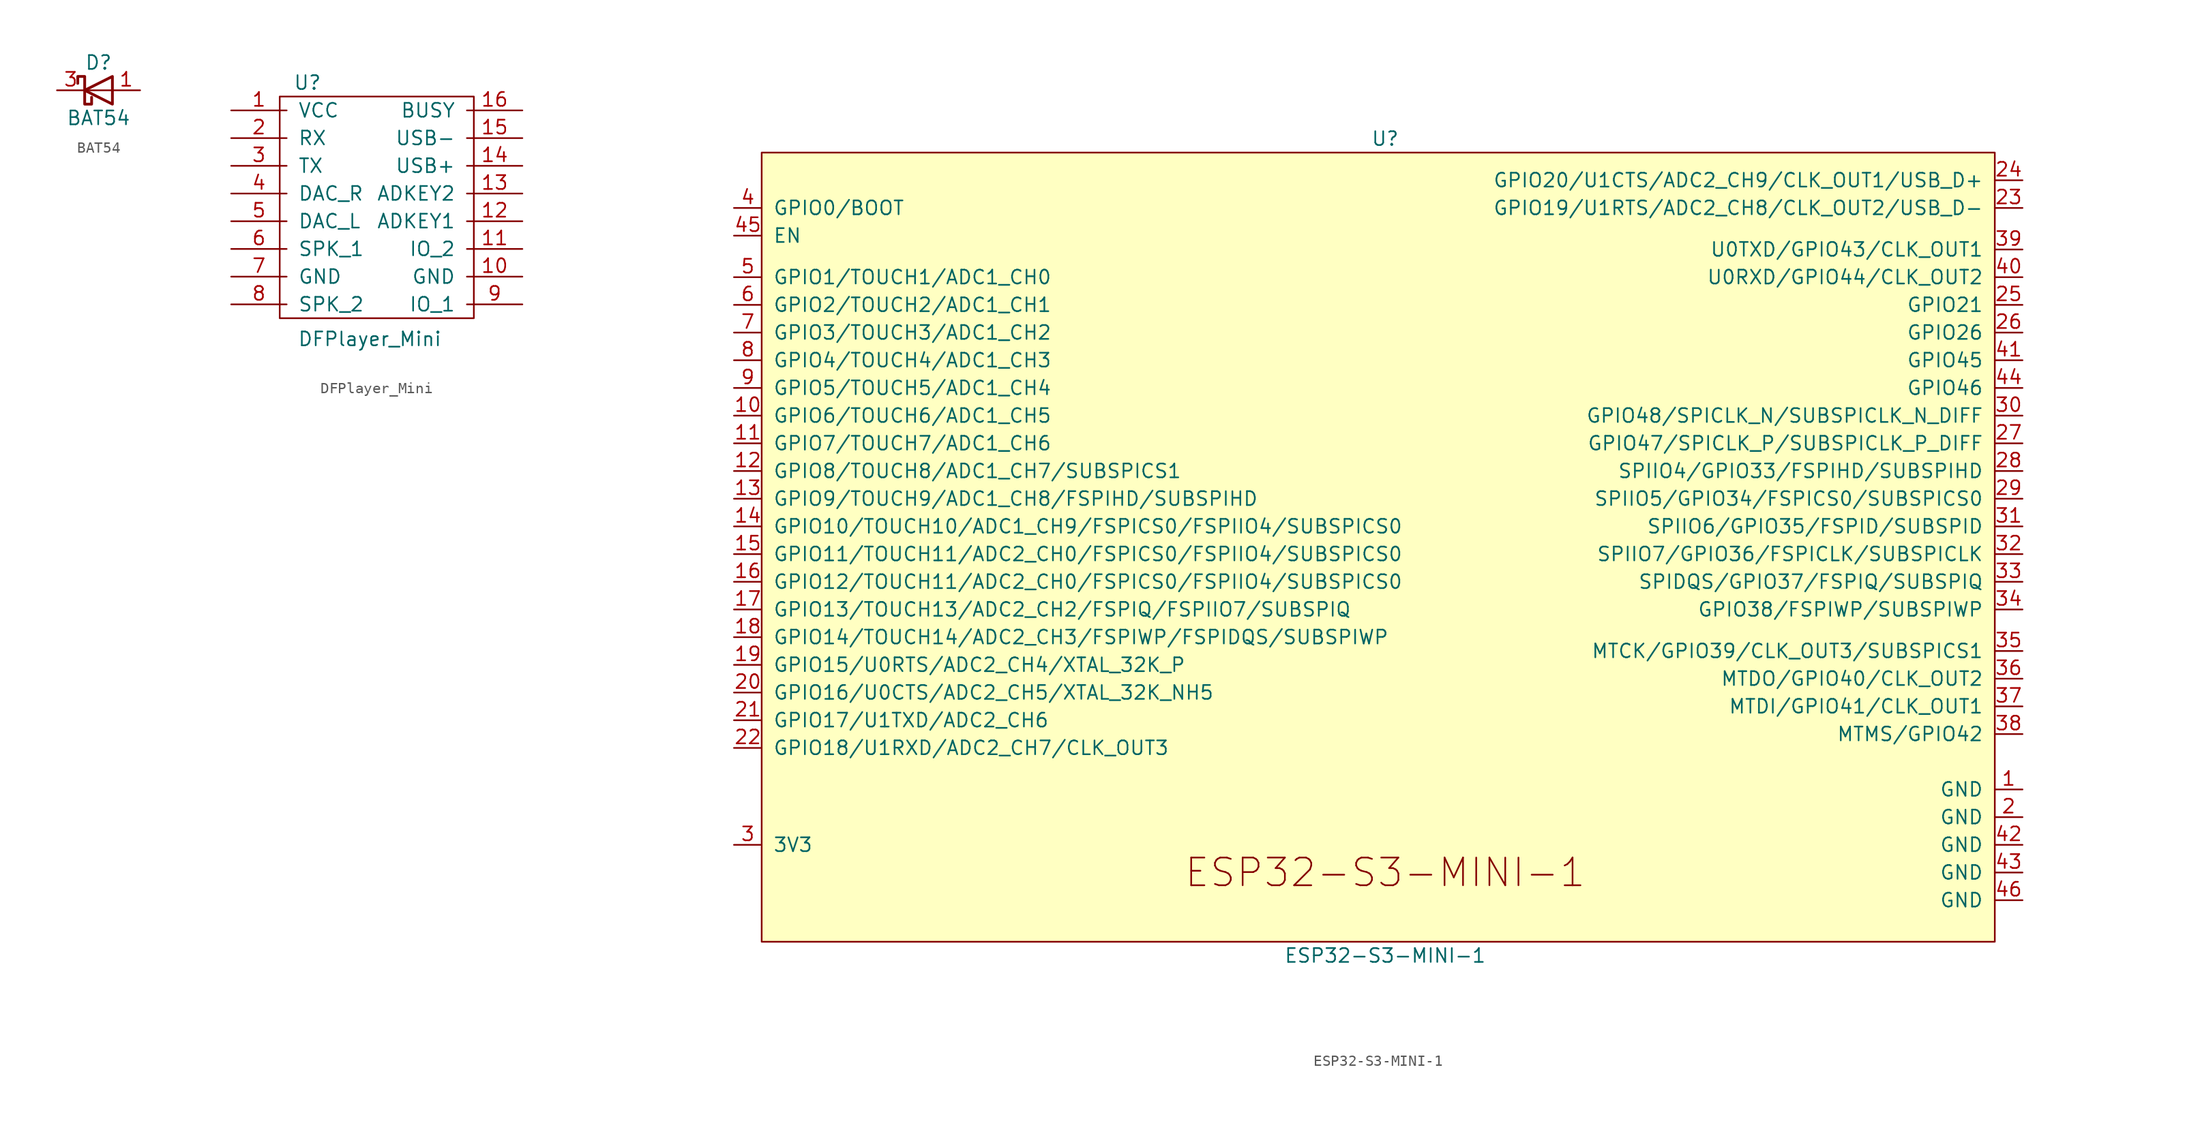
<source format=kicad_sym>
(kicad_symbol_lib
  (version 20231120)
  (generator "kicad_symbol_editor")
  (generator_version "8.0")
  (symbol "BAT54"
    (pin_names
      (offset 1.016) hide)
    (property "Reference" "D"
      (at 0 2.54 0)
      (effects (font (size 1.27 1.27))))
    (property "Value" "BAT54"
      (at 0 -2.54 0)
      (effects (font (size 1.27 1.27))))
    (symbol "BAT54_0_1"
      (polyline (pts (xy 1.27 0) (xy -1.27 0)) (stroke (width 0) (type default)) (fill (type none)))
      (polyline (pts (xy 1.27 1.27) (xy 1.27 -1.27) (xy -1.27 0) (xy 1.27 1.27)) (stroke (width 0.254) (type default)) (fill (type none)))
      (polyline (pts (xy -1.905 0.635) (xy -1.905 1.27) (xy -1.27 1.27) (xy -1.27 -1.27) (xy -0.635 -1.27) (xy -0.635 -0.635)) (stroke (width 0.254) (type default)) (fill (type none))))
    (symbol "BAT54_1_1"
      (pin passive line (at 3.81 0 180) (length 2.54) (name "A" (effects (font (size 1.27 1.27)))) (number "1" (effects (font (size 1.27 1.27)))))
      (pin no_connect line (at 0 0 90) (length 2.54) hide (name "NC" (effects (font (size 1.27 1.27)))) (number "2" (effects (font (size 1.27 1.27)))))
      (pin passive line (at -3.81 0 0) (length 2.54) (name "K" (effects (font (size 1.27 1.27)))) (number "3" (effects (font (size 1.27 1.27)))))))
  (symbol "DFPlayer_Mini"
    (pin_names
      (offset 1.016))
    (property "Reference" "U"
      (at 6.985 2.54 0)
      (effects (font (size 1.27 1.27))))
    (property "Value" "DFPlayer_Mini"
      (at 12.7 -20.955 0)
      (effects (font (size 1.27 1.27))))
    (symbol "DFPlayer_Mini_0_1"
      (polyline (pts (xy 4.445 1.27) (xy 4.445 -19.05) (xy 22.225 -19.05) (xy 22.225 1.27) (xy 4.445 1.27)) (stroke (width 0) (type default)) (fill (type none))))
    (symbol "DFPlayer_Mini_1_1"
      (pin power_in line (at 0 0 0) (length 5.08) (name "VCC" (effects (font (size 1.27 1.27)))) (number "1" (effects (font (size 1.27 1.27)))))
      (pin power_in line (at 26.67 -15.24 180) (length 5.08) (name "GND" (effects (font (size 1.27 1.27)))) (number "10" (effects (font (size 1.27 1.27)))))
      (pin input line (at 26.67 -12.7 180) (length 5.08) (name "IO_2" (effects (font (size 1.27 1.27)))) (number "11" (effects (font (size 1.27 1.27)))))
      (pin input line (at 26.67 -10.16 180) (length 5.08) (name "ADKEY1" (effects (font (size 1.27 1.27)))) (number "12" (effects (font (size 1.27 1.27)))))
      (pin input line (at 26.67 -7.62 180) (length 5.08) (name "ADKEY2" (effects (font (size 1.27 1.27)))) (number "13" (effects (font (size 1.27 1.27)))))
      (pin bidirectional line (at 26.67 -5.08 180) (length 5.08) (name "USB+" (effects (font (size 1.27 1.27)))) (number "14" (effects (font (size 1.27 1.27)))))
      (pin bidirectional line (at 26.67 -2.54 180) (length 5.08) (name "USB-" (effects (font (size 1.27 1.27)))) (number "15" (effects (font (size 1.27 1.27)))))
      (pin output line (at 26.67 0 180) (length 5.08) (name "BUSY" (effects (font (size 1.27 1.27)))) (number "16" (effects (font (size 1.27 1.27)))))
      (pin input line (at 0 -2.54 0) (length 5.08) (name "RX" (effects (font (size 1.27 1.27)))) (number "2" (effects (font (size 1.27 1.27)))))
      (pin output line (at 0 -5.08 0) (length 5.08) (name "TX" (effects (font (size 1.27 1.27)))) (number "3" (effects (font (size 1.27 1.27)))))
      (pin output line (at 0 -7.62 0) (length 5.08) (name "DAC_R" (effects (font (size 1.27 1.27)))) (number "4" (effects (font (size 1.27 1.27)))))
      (pin output line (at 0 -10.16 0) (length 5.08) (name "DAC_L" (effects (font (size 1.27 1.27)))) (number "5" (effects (font (size 1.27 1.27)))))
      (pin output line (at 0 -12.7 0) (length 5.08) (name "SPK_1" (effects (font (size 1.27 1.27)))) (number "6" (effects (font (size 1.27 1.27)))))
      (pin power_in line (at 0 -15.24 0) (length 5.08) (name "GND" (effects (font (size 1.27 1.27)))) (number "7" (effects (font (size 1.27 1.27)))))
      (pin output line (at 0 -17.78 0) (length 5.08) (name "SPK_2" (effects (font (size 1.27 1.27)))) (number "8" (effects (font (size 1.27 1.27)))))
      (pin input line (at 26.67 -17.78 180) (length 5.08) (name "IO_1" (effects (font (size 1.27 1.27)))) (number "9" (effects (font (size 1.27 1.27)))))))
  (symbol "ESP32-S3-MINI-1"
    (pin_names
      (offset 1.016))
    (property "Reference" "U"
      (at 0 35.56 0)
      (effects (font (size 1.27 1.27))))
    (property "Value" "ESP32-S3-MINI-1"
      (at 0 -39.37 0)
      (effects (font (size 1.27 1.27))))
    (symbol "ESP32-S3-MINI-1_0_0"
      (rectangle (start -57.15 34.29) (end 55.88 -38.1) (stroke (width 0) (type default)) (fill (type background)))
      (text "ESP32-S3-MINI-1" (at 0 -31.75 0) (effects (font (size 2.54 2.54))))
      (pin power_in line (at 58.42 -24.13 180) (length 2.54) (name "GND" (effects (font (size 1.27 1.27)))) (number "1" (effects (font (size 1.27 1.27)))))
      (pin bidirectional line (at -59.69 10.16 0) (length 2.54) (name "GPIO6/TOUCH6/ADC1_CH5" (effects (font (size 1.27 1.27)))) (number "10" (effects (font (size 1.27 1.27)))))
      (pin bidirectional line (at -59.69 7.62 0) (length 2.54) (name "GPIO7/TOUCH7/ADC1_CH6" (effects (font (size 1.27 1.27)))) (number "11" (effects (font (size 1.27 1.27)))))
      (pin bidirectional line (at -59.69 5.08 0) (length 2.54) (name "GPIO8/TOUCH8/ADC1_CH7/SUBSPICS1" (effects (font (size 1.27 1.27)))) (number "12" (effects (font (size 1.27 1.27)))))
      (pin bidirectional line (at -59.69 2.54 0) (length 2.54) (name "GPIO9/TOUCH9/ADC1_CH8/FSPIHD/SUBSPIHD" (effects (font (size 1.27 1.27)))) (number "13" (effects (font (size 1.27 1.27)))))
      (pin bidirectional line (at -59.69 0 0) (length 2.54) (name "GPIO10/TOUCH10/ADC1_CH9/FSPICS0/FSPIIO4/SUBSPICS0" (effects (font (size 1.27 1.27)))) (number "14" (effects (font (size 1.27 1.27)))))
      (pin bidirectional line (at -59.69 -2.54 0) (length 2.54) (name "GPIO11/TOUCH11/ADC2_CH0/FSPICS0/FSPIIO4/SUBSPICS0" (effects (font (size 1.27 1.27)))) (number "15" (effects (font (size 1.27 1.27)))))
      (pin bidirectional line (at -59.69 -5.08 0) (length 2.54) (name "GPIO12/TOUCH11/ADC2_CH0/FSPICS0/FSPIIO4/SUBSPICS0" (effects (font (size 1.27 1.27)))) (number "16" (effects (font (size 1.27 1.27)))))
      (pin bidirectional line (at -59.69 -7.62 0) (length 2.54) (name "GPIO13/TOUCH13/ADC2_CH2/FSPIQ/FSPIIO7/SUBSPIQ" (effects (font (size 1.27 1.27)))) (number "17" (effects (font (size 1.27 1.27)))))
      (pin bidirectional line (at -59.69 -10.16 0) (length 2.54) (name "GPIO14/TOUCH14/ADC2_CH3/FSPIWP/FSPIDQS/SUBSPIWP" (effects (font (size 1.27 1.27)))) (number "18" (effects (font (size 1.27 1.27)))))
      (pin bidirectional line (at -59.69 -12.7 0) (length 2.54) (name "GPIO15/U0RTS/ADC2_CH4/XTAL_32K_P" (effects (font (size 1.27 1.27)))) (number "19" (effects (font (size 1.27 1.27)))))
      (pin power_in line (at 58.42 -26.67 180) (length 2.54) (name "GND" (effects (font (size 1.27 1.27)))) (number "2" (effects (font (size 1.27 1.27)))))
      (pin bidirectional line (at -59.69 -15.24 0) (length 2.54) (name "GPIO16/U0CTS/ADC2_CH5/XTAL_32K_NH5" (effects (font (size 1.27 1.27)))) (number "20" (effects (font (size 1.27 1.27)))))
      (pin bidirectional line (at -59.69 -17.78 0) (length 2.54) (name "GPIO17/U1TXD/ADC2_CH6" (effects (font (size 1.27 1.27)))) (number "21" (effects (font (size 1.27 1.27)))))
      (pin bidirectional line (at -59.69 -20.32 0) (length 2.54) (name "GPIO18/U1RXD/ADC2_CH7/CLK_OUT3" (effects (font (size 1.27 1.27)))) (number "22" (effects (font (size 1.27 1.27)))))
      (pin bidirectional line (at 58.42 29.21 180) (length 2.54) (name "GPIO19/U1RTS/ADC2_CH8/CLK_OUT2/USB_D-" (effects (font (size 1.27 1.27)))) (number "23" (effects (font (size 1.27 1.27)))))
      (pin bidirectional line (at 58.42 31.75 180) (length 2.54) (name "GPIO20/U1CTS/ADC2_CH9/CLK_OUT1/USB_D+" (effects (font (size 1.27 1.27)))) (number "24" (effects (font (size 1.27 1.27)))))
      (pin bidirectional line (at 58.42 20.32 180) (length 2.54) (name "GPIO21" (effects (font (size 1.27 1.27)))) (number "25" (effects (font (size 1.27 1.27)))))
      (pin bidirectional line (at 58.42 17.78 180) (length 2.54) (name "GPIO26" (effects (font (size 1.27 1.27)))) (number "26" (effects (font (size 1.27 1.27)))))
      (pin bidirectional line (at 58.42 7.62 180) (length 2.54) (name "GPIO47/SPICLK_P/SUBSPICLK_P_DIFF" (effects (font (size 1.27 1.27)))) (number "27" (effects (font (size 1.27 1.27)))))
      (pin bidirectional line (at 58.42 5.08 180) (length 2.54) (name "SPIIO4/GPIO33/FSPIHD/SUBSPIHD" (effects (font (size 1.27 1.27)))) (number "28" (effects (font (size 1.27 1.27)))))
      (pin bidirectional line (at 58.42 2.54 180) (length 2.54) (name "SPIIO5/GPIO34/FSPICS0/SUBSPICS0" (effects (font (size 1.27 1.27)))) (number "29" (effects (font (size 1.27 1.27)))))
      (pin power_in line (at -59.69 -29.21 0) (length 2.54) (name "3V3" (effects (font (size 1.27 1.27)))) (number "3" (effects (font (size 1.27 1.27)))))
      (pin bidirectional line (at 58.42 10.16 180) (length 2.54) (name "GPIO48/SPICLK_N/SUBSPICLK_N_DIFF" (effects (font (size 1.27 1.27)))) (number "30" (effects (font (size 1.27 1.27)))))
      (pin bidirectional line (at 58.42 0 180) (length 2.54) (name "SPIIO6/GPIO35/FSPID/SUBSPID" (effects (font (size 1.27 1.27)))) (number "31" (effects (font (size 1.27 1.27)))))
      (pin bidirectional line (at 58.42 -2.54 180) (length 2.54) (name "SPIIO7/GPIO36/FSPICLK/SUBSPICLK" (effects (font (size 1.27 1.27)))) (number "32" (effects (font (size 1.27 1.27)))))
      (pin bidirectional line (at 58.42 -5.08 180) (length 2.54) (name "SPIDQS/GPIO37/FSPIQ/SUBSPIQ" (effects (font (size 1.27 1.27)))) (number "33" (effects (font (size 1.27 1.27)))))
      (pin bidirectional line (at 58.42 -7.62 180) (length 2.54) (name "GPIO38/FSPIWP/SUBSPIWP" (effects (font (size 1.27 1.27)))) (number "34" (effects (font (size 1.27 1.27)))))
      (pin bidirectional line (at 58.42 -11.43 180) (length 2.54) (name "MTCK/GPIO39/CLK_OUT3/SUBSPICS1" (effects (font (size 1.27 1.27)))) (number "35" (effects (font (size 1.27 1.27)))))
      (pin bidirectional line (at 58.42 -13.97 180) (length 2.54) (name "MTDO/GPIO40/CLK_OUT2" (effects (font (size 1.27 1.27)))) (number "36" (effects (font (size 1.27 1.27)))))
      (pin bidirectional line (at 58.42 -16.51 180) (length 2.54) (name "MTDI/GPIO41/CLK_OUT1" (effects (font (size 1.27 1.27)))) (number "37" (effects (font (size 1.27 1.27)))))
      (pin bidirectional line (at 58.42 -19.05 180) (length 2.54) (name "MTMS/GPIO42" (effects (font (size 1.27 1.27)))) (number "38" (effects (font (size 1.27 1.27)))))
      (pin bidirectional line (at 58.42 25.4 180) (length 2.54) (name "U0TXD/GPIO43/CLK_OUT1" (effects (font (size 1.27 1.27)))) (number "39" (effects (font (size 1.27 1.27)))))
      (pin bidirectional line (at -59.69 29.21 0) (length 2.54) (name "GPIO0/BOOT" (effects (font (size 1.27 1.27)))) (number "4" (effects (font (size 1.27 1.27)))))
      (pin bidirectional line (at 58.42 22.86 180) (length 2.54) (name "U0RXD/GPIO44/CLK_OUT2" (effects (font (size 1.27 1.27)))) (number "40" (effects (font (size 1.27 1.27)))))
      (pin bidirectional line (at 58.42 15.24 180) (length 2.54) (name "GPIO45" (effects (font (size 1.27 1.27)))) (number "41" (effects (font (size 1.27 1.27)))))
      (pin power_in line (at 58.42 -29.21 180) (length 2.54) (name "GND" (effects (font (size 1.27 1.27)))) (number "42" (effects (font (size 1.27 1.27)))))
      (pin power_in line (at 58.42 -31.75 180) (length 2.54) (name "GND" (effects (font (size 1.27 1.27)))) (number "43" (effects (font (size 1.27 1.27)))))
      (pin bidirectional line (at 58.42 12.7 180) (length 2.54) (name "GPIO46" (effects (font (size 1.27 1.27)))) (number "44" (effects (font (size 1.27 1.27)))))
      (pin input line (at -59.69 26.67 0) (length 2.54) (name "EN" (effects (font (size 1.27 1.27)))) (number "45" (effects (font (size 1.27 1.27)))))
      (pin power_in line (at 58.42 -34.29 180) (length 2.54) (name "GND" (effects (font (size 1.27 1.27)))) (number "46" (effects (font (size 1.27 1.27)))))
      (pin bidirectional line (at -59.69 22.86 0) (length 2.54) (name "GPIO1/TOUCH1/ADC1_CH0" (effects (font (size 1.27 1.27)))) (number "5" (effects (font (size 1.27 1.27)))))
      (pin bidirectional line (at -59.69 20.32 0) (length 2.54) (name "GPIO2/TOUCH2/ADC1_CH1" (effects (font (size 1.27 1.27)))) (number "6" (effects (font (size 1.27 1.27)))))
      (pin bidirectional line (at -59.69 17.78 0) (length 2.54) (name "GPIO3/TOUCH3/ADC1_CH2" (effects (font (size 1.27 1.27)))) (number "7" (effects (font (size 1.27 1.27)))))
      (pin bidirectional line (at -59.69 15.24 0) (length 2.54) (name "GPIO4/TOUCH4/ADC1_CH3" (effects (font (size 1.27 1.27)))) (number "8" (effects (font (size 1.27 1.27)))))
      (pin bidirectional line (at -59.69 12.7 0) (length 2.54) (name "GPIO5/TOUCH5/ADC1_CH4" (effects (font (size 1.27 1.27)))) (number "9" (effects (font (size 1.27 1.27))))))))
</source>
